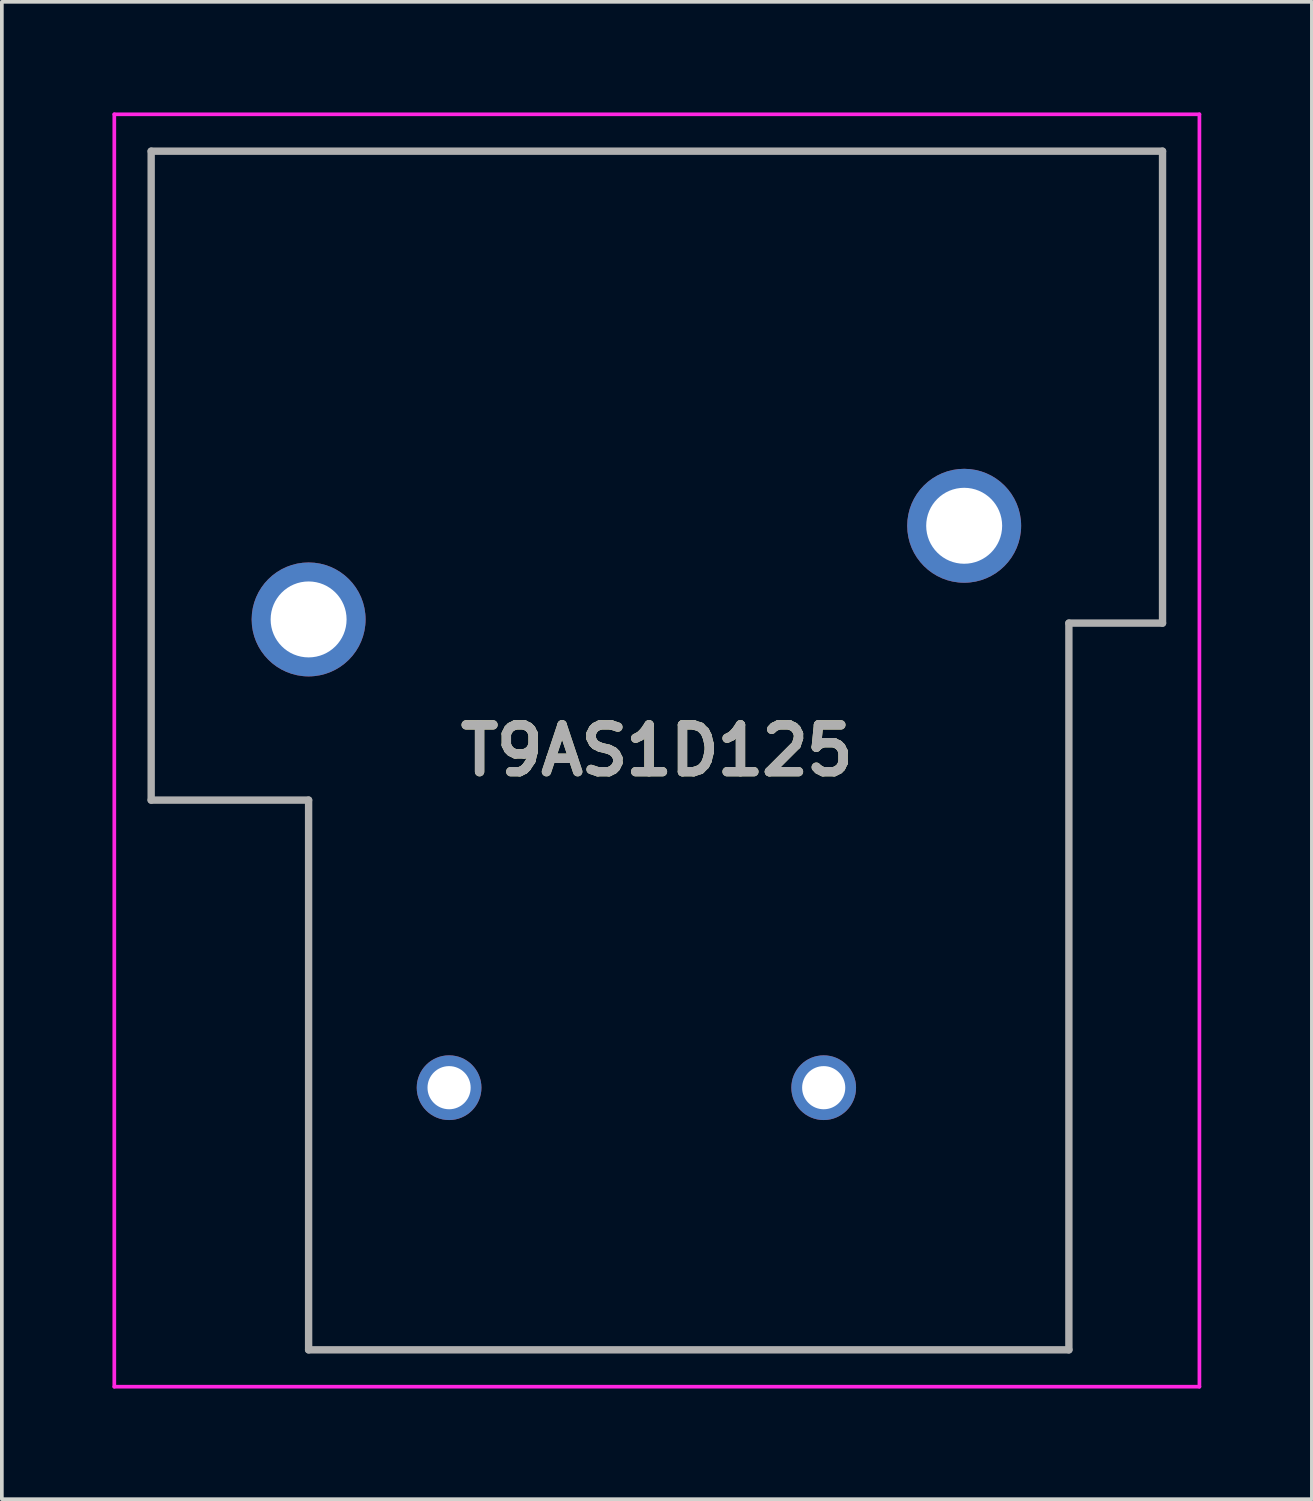
<source format=kicad_pcb>
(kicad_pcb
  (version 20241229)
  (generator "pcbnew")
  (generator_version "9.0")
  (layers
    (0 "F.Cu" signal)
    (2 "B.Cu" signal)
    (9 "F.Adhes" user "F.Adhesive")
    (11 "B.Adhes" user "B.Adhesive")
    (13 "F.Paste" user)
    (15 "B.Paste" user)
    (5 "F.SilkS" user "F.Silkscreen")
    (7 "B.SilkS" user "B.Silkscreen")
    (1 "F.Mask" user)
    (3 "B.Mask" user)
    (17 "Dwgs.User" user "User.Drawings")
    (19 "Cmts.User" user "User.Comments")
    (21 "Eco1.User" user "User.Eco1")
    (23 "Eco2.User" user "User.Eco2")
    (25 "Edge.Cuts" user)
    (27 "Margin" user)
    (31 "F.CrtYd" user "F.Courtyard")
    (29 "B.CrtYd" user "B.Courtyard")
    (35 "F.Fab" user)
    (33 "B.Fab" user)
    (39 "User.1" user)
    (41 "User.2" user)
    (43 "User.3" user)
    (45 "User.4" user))
  (footprint "T9AS1D125"
    (layer "F.Cu")
    (at 19.29 26.45)
    (property "Reference" "T9AS1D125" (at -4.525 -9.145 0) (layer "F.SilkS") (effects (font (size 1.27 1.27) (thickness 0.254))))
    (attr through_hole)
    (fp_line (start -18.24 -25.4) (end 9.19 -25.4) (stroke (width 0.1) (type solid)) (layer "F.SilkS"))
    (fp_line (start -18.24 -7.8) (end -18.24 -25.4) (stroke (width 0.1) (type solid)) (layer "F.SilkS"))
    (fp_line (start -13.97 -7.8) (end -18.24 -7.8) (stroke (width 0.1) (type solid)) (layer "F.SilkS"))
    (fp_line (start -13.97 7.11) (end -13.97 -7.8) (stroke (width 0.1) (type solid)) (layer "F.SilkS"))
    (fp_line (start 6.65 -12.6) (end 6.65 7.11) (stroke (width 0.1) (type solid)) (layer "F.SilkS"))
    (fp_line (start 6.65 7.11) (end -13.97 7.11) (stroke (width 0.1) (type solid)) (layer "F.SilkS"))
    (fp_line (start 9.19 -25.4) (end 9.19 -12.6) (stroke (width 0.1) (type solid)) (layer "F.SilkS"))
    (fp_line (start 9.19 -12.6) (end 6.65 -12.6) (stroke (width 0.1) (type solid)) (layer "F.SilkS"))
    (fp_line (start -19.24 -26.4) (end -19.24 8.11) (stroke (width 0.1) (type solid)) (layer "F.CrtYd"))
    (fp_line (start -19.24 8.11) (end 10.19 8.11) (stroke (width 0.1) (type solid)) (layer "F.CrtYd"))
    (fp_line (start 10.19 -26.4) (end -19.24 -26.4) (stroke (width 0.1) (type solid)) (layer "F.CrtYd"))
    (fp_line (start 10.19 8.11) (end 10.19 -26.4) (stroke (width 0.1) (type solid)) (layer "F.CrtYd"))
    (fp_line (start -18.24 -25.4) (end 9.19 -25.4) (stroke (width 0.2) (type solid)) (layer "F.Fab"))
    (fp_line (start -18.24 -7.8) (end -18.24 -25.4) (stroke (width 0.2) (type solid)) (layer "F.Fab"))
    (fp_line (start -13.97 -7.8) (end -18.24 -7.8) (stroke (width 0.2) (type solid)) (layer "F.Fab"))
    (fp_line (start -13.97 7.11) (end -13.97 -7.8) (stroke (width 0.2) (type solid)) (layer "F.Fab"))
    (fp_line (start 6.65 -12.6) (end 6.65 7.11) (stroke (width 0.2) (type solid)) (layer "F.Fab"))
    (fp_line (start 6.65 7.11) (end -13.97 7.11) (stroke (width 0.2) (type solid)) (layer "F.Fab"))
    (fp_line (start 9.19 -25.4) (end 9.19 -12.6) (stroke (width 0.2) (type solid)) (layer "F.Fab"))
    (fp_line (start 9.19 -12.6) (end 6.65 -12.6) (stroke (width 0.2) (type solid)) (layer "F.Fab"))
    (fp_text user "${REFERENCE}" (at -4.525 -9.145 0) (layer "F.Fab") (effects (font (size 1.27 1.27) (thickness 0.254))))
    (pad "1" thru_hole circle (at 0 0) (size 1.755 1.755) (drill 1.17) (layers "*.Cu" "*.Mask"))
    (pad "2" thru_hole circle (at -10.16 0) (size 1.755 1.755) (drill 1.17) (layers "*.Cu" "*.Mask"))
    (pad "3" thru_hole circle (at -13.97 -12.7) (size 3.09 3.09) (drill 2.06) (layers "*.Cu" "*.Mask"))
    (pad "4" thru_hole circle (at 3.81 -15.24) (size 3.09 3.09) (drill 2.06) (layers "*.Cu" "*.Mask")))
  (gr_rect
    (start -3 -3)
    (end 32.53 37.61)
    (stroke (width 0.1) (type default))
    (fill no)
    (layer "Edge.Cuts")))
</source>
